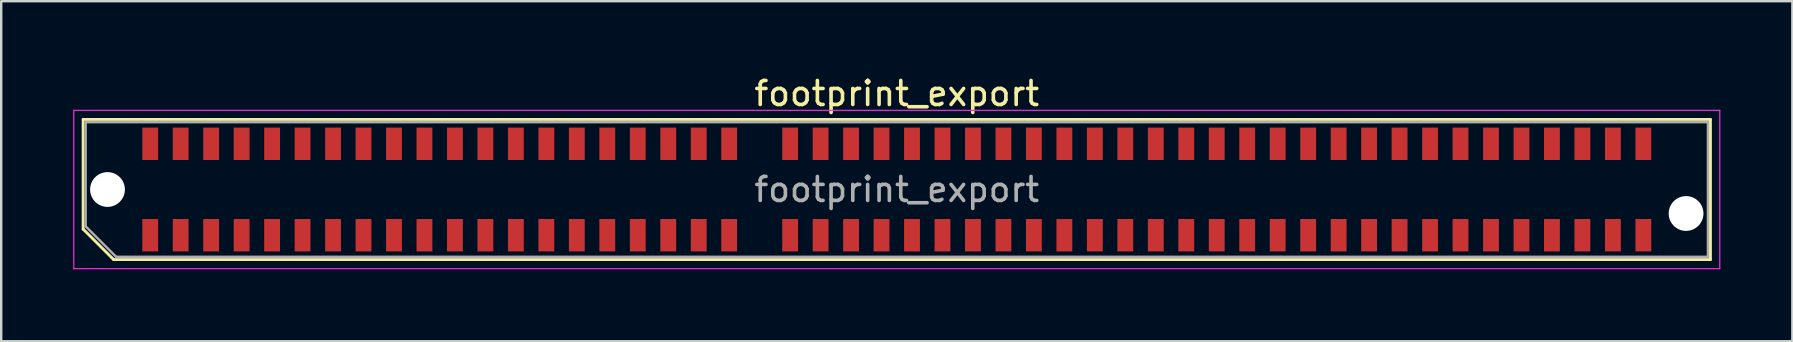
<source format=kicad_pcb>
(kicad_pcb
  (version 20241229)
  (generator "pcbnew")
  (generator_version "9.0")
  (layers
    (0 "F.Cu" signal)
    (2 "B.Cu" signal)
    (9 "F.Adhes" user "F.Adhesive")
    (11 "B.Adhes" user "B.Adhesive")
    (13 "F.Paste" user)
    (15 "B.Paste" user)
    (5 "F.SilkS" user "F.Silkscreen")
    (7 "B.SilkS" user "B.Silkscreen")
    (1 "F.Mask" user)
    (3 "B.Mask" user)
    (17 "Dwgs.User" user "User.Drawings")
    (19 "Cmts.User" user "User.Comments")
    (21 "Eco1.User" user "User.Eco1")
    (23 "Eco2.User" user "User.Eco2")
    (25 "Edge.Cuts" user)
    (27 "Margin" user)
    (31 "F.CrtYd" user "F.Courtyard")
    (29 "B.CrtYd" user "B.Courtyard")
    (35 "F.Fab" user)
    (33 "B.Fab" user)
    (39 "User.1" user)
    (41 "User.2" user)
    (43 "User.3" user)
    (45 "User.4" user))
  (footprint "footprint_export"
    (layer "F.Cu")
    (at 34.325 4.848)
    (property "Reference" "footprint_export" (at 0 -4 0) (layer "F.SilkS") (effects (font (size 1 1) (thickness 0.15))))
    (attr smd)
    (fp_line (start -33.91 -2.92) (end 33.91 -2.92) (stroke (width 0.12) (type solid)) (layer "F.SilkS"))
    (fp_line (start -33.91 1.65) (end -33.91 -2.92) (stroke (width 0.12) (type solid)) (layer "F.SilkS"))
    (fp_line (start -32.64 2.92) (end -33.91 1.65) (stroke (width 0.12) (type solid)) (layer "F.SilkS"))
    (fp_line (start -32.64 2.92) (end 33.91 2.92) (stroke (width 0.12) (type solid)) (layer "F.SilkS"))
    (fp_line (start 33.91 2.92) (end 33.91 -2.92) (stroke (width 0.12) (type solid)) (layer "F.SilkS"))
    (fp_line (start -34.3 -3.3) (end -34.3 3.3) (stroke (width 0.05) (type solid)) (layer "F.CrtYd"))
    (fp_line (start -34.3 3.3) (end 34.3 3.3) (stroke (width 0.05) (type solid)) (layer "F.CrtYd"))
    (fp_line (start 34.3 -3.3) (end -34.3 -3.3) (stroke (width 0.05) (type solid)) (layer "F.CrtYd"))
    (fp_line (start 34.3 3.3) (end 34.3 -3.3) (stroke (width 0.05) (type solid)) (layer "F.CrtYd"))
    (fp_line (start -33.805 -2.805) (end 33.805 -2.805) (stroke (width 0.1) (type solid)) (layer "F.Fab"))
    (fp_line (start -33.805 1.535) (end -33.805 -2.805) (stroke (width 0.1) (type solid)) (layer "F.Fab"))
    (fp_line (start -33.805 1.535) (end -32.535 2.805) (stroke (width 0.1) (type solid)) (layer "F.Fab"))
    (fp_line (start -32.535 2.805) (end 33.805 2.805) (stroke (width 0.1) (type solid)) (layer "F.Fab"))
    (fp_line (start 33.805 2.805) (end 33.805 -2.805) (stroke (width 0.1) (type solid)) (layer "F.Fab"))
    (fp_text user "${REFERENCE}" (at 0 0 0) (layer "F.Fab") (effects (font (size 1 1) (thickness 0.15))))
    (pad "" np_thru_hole circle (at -32.895 0) (size 1.45 1.45) (drill 1.45) (layers "*.Cu" "*.Mask"))
    (pad "" np_thru_hole circle (at 32.895 1) (size 1.45 1.45) (drill 1.45) (layers "*.Cu" "*.Mask"))
    (pad "1" smd rect (at -31.115 1.905) (size 0.66 1.35) (layers "F.Cu" "F.Mask" "F.Paste"))
    (pad "2" smd rect (at -31.115 -1.905) (size 0.66 1.35) (layers "F.Cu" "F.Mask" "F.Paste"))
    (pad "3" smd rect (at -29.845 1.905) (size 0.66 1.35) (layers "F.Cu" "F.Mask" "F.Paste"))
    (pad "4" smd rect (at -29.845 -1.905) (size 0.66 1.35) (layers "F.Cu" "F.Mask" "F.Paste"))
    (pad "5" smd rect (at -28.575 1.905) (size 0.66 1.35) (layers "F.Cu" "F.Mask" "F.Paste"))
    (pad "6" smd rect (at -28.575 -1.905) (size 0.66 1.35) (layers "F.Cu" "F.Mask" "F.Paste"))
    (pad "7" smd rect (at -27.305 1.905) (size 0.66 1.35) (layers "F.Cu" "F.Mask" "F.Paste"))
    (pad "8" smd rect (at -27.305 -1.905) (size 0.66 1.35) (layers "F.Cu" "F.Mask" "F.Paste"))
    (pad "9" smd rect (at -26.035 1.905) (size 0.66 1.35) (layers "F.Cu" "F.Mask" "F.Paste"))
    (pad "10" smd rect (at -26.035 -1.905) (size 0.66 1.35) (layers "F.Cu" "F.Mask" "F.Paste"))
    (pad "11" smd rect (at -24.765 1.905) (size 0.66 1.35) (layers "F.Cu" "F.Mask" "F.Paste"))
    (pad "12" smd rect (at -24.765 -1.905) (size 0.66 1.35) (layers "F.Cu" "F.Mask" "F.Paste"))
    (pad "13" smd rect (at -23.495 1.905) (size 0.66 1.35) (layers "F.Cu" "F.Mask" "F.Paste"))
    (pad "14" smd rect (at -23.495 -1.905) (size 0.66 1.35) (layers "F.Cu" "F.Mask" "F.Paste"))
    (pad "15" smd rect (at -22.225 1.905) (size 0.66 1.35) (layers "F.Cu" "F.Mask" "F.Paste"))
    (pad "16" smd rect (at -22.225 -1.905) (size 0.66 1.35) (layers "F.Cu" "F.Mask" "F.Paste"))
    (pad "17" smd rect (at -20.955 1.905) (size 0.66 1.35) (layers "F.Cu" "F.Mask" "F.Paste"))
    (pad "18" smd rect (at -20.955 -1.905) (size 0.66 1.35) (layers "F.Cu" "F.Mask" "F.Paste"))
    (pad "19" smd rect (at -19.685 1.905) (size 0.66 1.35) (layers "F.Cu" "F.Mask" "F.Paste"))
    (pad "20" smd rect (at -19.685 -1.905) (size 0.66 1.35) (layers "F.Cu" "F.Mask" "F.Paste"))
    (pad "21" smd rect (at -18.415 1.905) (size 0.66 1.35) (layers "F.Cu" "F.Mask" "F.Paste"))
    (pad "22" smd rect (at -18.415 -1.905) (size 0.66 1.35) (layers "F.Cu" "F.Mask" "F.Paste"))
    (pad "23" smd rect (at -17.145 1.905) (size 0.66 1.35) (layers "F.Cu" "F.Mask" "F.Paste"))
    (pad "24" smd rect (at -17.145 -1.905) (size 0.66 1.35) (layers "F.Cu" "F.Mask" "F.Paste"))
    (pad "25" smd rect (at -15.875 1.905) (size 0.66 1.35) (layers "F.Cu" "F.Mask" "F.Paste"))
    (pad "26" smd rect (at -15.875 -1.905) (size 0.66 1.35) (layers "F.Cu" "F.Mask" "F.Paste"))
    (pad "27" smd rect (at -14.605 1.905) (size 0.66 1.35) (layers "F.Cu" "F.Mask" "F.Paste"))
    (pad "28" smd rect (at -14.605 -1.905) (size 0.66 1.35) (layers "F.Cu" "F.Mask" "F.Paste"))
    (pad "29" smd rect (at -13.335 1.905) (size 0.66 1.35) (layers "F.Cu" "F.Mask" "F.Paste"))
    (pad "30" smd rect (at -13.335 -1.905) (size 0.66 1.35) (layers "F.Cu" "F.Mask" "F.Paste"))
    (pad "31" smd rect (at -12.065 1.905) (size 0.66 1.35) (layers "F.Cu" "F.Mask" "F.Paste"))
    (pad "32" smd rect (at -12.065 -1.905) (size 0.66 1.35) (layers "F.Cu" "F.Mask" "F.Paste"))
    (pad "33" smd rect (at -10.795 1.905) (size 0.66 1.35) (layers "F.Cu" "F.Mask" "F.Paste"))
    (pad "34" smd rect (at -10.795 -1.905) (size 0.66 1.35) (layers "F.Cu" "F.Mask" "F.Paste"))
    (pad "35" smd rect (at -9.525 1.905) (size 0.66 1.35) (layers "F.Cu" "F.Mask" "F.Paste"))
    (pad "36" smd rect (at -9.525 -1.905) (size 0.66 1.35) (layers "F.Cu" "F.Mask" "F.Paste"))
    (pad "37" smd rect (at -8.255 1.905) (size 0.66 1.35) (layers "F.Cu" "F.Mask" "F.Paste"))
    (pad "38" smd rect (at -8.255 -1.905) (size 0.66 1.35) (layers "F.Cu" "F.Mask" "F.Paste"))
    (pad "39" smd rect (at -6.985 1.905) (size 0.66 1.35) (layers "F.Cu" "F.Mask" "F.Paste"))
    (pad "40" smd rect (at -6.985 -1.905) (size 0.66 1.35) (layers "F.Cu" "F.Mask" "F.Paste"))
    (pad "43" smd rect (at -4.445 1.905) (size 0.66 1.35) (layers "F.Cu" "F.Mask" "F.Paste"))
    (pad "44" smd rect (at -4.445 -1.905) (size 0.66 1.35) (layers "F.Cu" "F.Mask" "F.Paste"))
    (pad "45" smd rect (at -3.175 1.905) (size 0.66 1.35) (layers "F.Cu" "F.Mask" "F.Paste"))
    (pad "46" smd rect (at -3.175 -1.905) (size 0.66 1.35) (layers "F.Cu" "F.Mask" "F.Paste"))
    (pad "47" smd rect (at -1.905 1.905) (size 0.66 1.35) (layers "F.Cu" "F.Mask" "F.Paste"))
    (pad "48" smd rect (at -1.905 -1.905) (size 0.66 1.35) (layers "F.Cu" "F.Mask" "F.Paste"))
    (pad "49" smd rect (at -0.635 1.905) (size 0.66 1.35) (layers "F.Cu" "F.Mask" "F.Paste"))
    (pad "50" smd rect (at -0.635 -1.905) (size 0.66 1.35) (layers "F.Cu" "F.Mask" "F.Paste"))
    (pad "51" smd rect (at 0.635 1.905) (size 0.66 1.35) (layers "F.Cu" "F.Mask" "F.Paste"))
    (pad "52" smd rect (at 0.635 -1.905) (size 0.66 1.35) (layers "F.Cu" "F.Mask" "F.Paste"))
    (pad "53" smd rect (at 1.905 1.905) (size 0.66 1.35) (layers "F.Cu" "F.Mask" "F.Paste"))
    (pad "54" smd rect (at 1.905 -1.905) (size 0.66 1.35) (layers "F.Cu" "F.Mask" "F.Paste"))
    (pad "55" smd rect (at 3.175 1.905) (size 0.66 1.35) (layers "F.Cu" "F.Mask" "F.Paste"))
    (pad "56" smd rect (at 3.175 -1.905) (size 0.66 1.35) (layers "F.Cu" "F.Mask" "F.Paste"))
    (pad "57" smd rect (at 4.445 1.905) (size 0.66 1.35) (layers "F.Cu" "F.Mask" "F.Paste"))
    (pad "58" smd rect (at 4.445 -1.905) (size 0.66 1.35) (layers "F.Cu" "F.Mask" "F.Paste"))
    (pad "59" smd rect (at 5.715 1.905) (size 0.66 1.35) (layers "F.Cu" "F.Mask" "F.Paste"))
    (pad "60" smd rect (at 5.715 -1.905) (size 0.66 1.35) (layers "F.Cu" "F.Mask" "F.Paste"))
    (pad "61" smd rect (at 6.985 1.905) (size 0.66 1.35) (layers "F.Cu" "F.Mask" "F.Paste"))
    (pad "62" smd rect (at 6.985 -1.905) (size 0.66 1.35) (layers "F.Cu" "F.Mask" "F.Paste"))
    (pad "63" smd rect (at 8.255 1.905) (size 0.66 1.35) (layers "F.Cu" "F.Mask" "F.Paste"))
    (pad "64" smd rect (at 8.255 -1.905) (size 0.66 1.35) (layers "F.Cu" "F.Mask" "F.Paste"))
    (pad "65" smd rect (at 9.525 1.905) (size 0.66 1.35) (layers "F.Cu" "F.Mask" "F.Paste"))
    (pad "66" smd rect (at 9.525 -1.905) (size 0.66 1.35) (layers "F.Cu" "F.Mask" "F.Paste"))
    (pad "67" smd rect (at 10.795 1.905) (size 0.66 1.35) (layers "F.Cu" "F.Mask" "F.Paste"))
    (pad "68" smd rect (at 10.795 -1.905) (size 0.66 1.35) (layers "F.Cu" "F.Mask" "F.Paste"))
    (pad "69" smd rect (at 12.065 1.905) (size 0.66 1.35) (layers "F.Cu" "F.Mask" "F.Paste"))
    (pad "70" smd rect (at 12.065 -1.905) (size 0.66 1.35) (layers "F.Cu" "F.Mask" "F.Paste"))
    (pad "71" smd rect (at 13.335 1.905) (size 0.66 1.35) (layers "F.Cu" "F.Mask" "F.Paste"))
    (pad "72" smd rect (at 13.335 -1.905) (size 0.66 1.35) (layers "F.Cu" "F.Mask" "F.Paste"))
    (pad "73" smd rect (at 14.605 1.905) (size 0.66 1.35) (layers "F.Cu" "F.Mask" "F.Paste"))
    (pad "74" smd rect (at 14.605 -1.905) (size 0.66 1.35) (layers "F.Cu" "F.Mask" "F.Paste"))
    (pad "75" smd rect (at 15.875 1.905) (size 0.66 1.35) (layers "F.Cu" "F.Mask" "F.Paste"))
    (pad "76" smd rect (at 15.875 -1.905) (size 0.66 1.35) (layers "F.Cu" "F.Mask" "F.Paste"))
    (pad "77" smd rect (at 17.145 1.905) (size 0.66 1.35) (layers "F.Cu" "F.Mask" "F.Paste"))
    (pad "78" smd rect (at 17.145 -1.905) (size 0.66 1.35) (layers "F.Cu" "F.Mask" "F.Paste"))
    (pad "79" smd rect (at 18.415 1.905) (size 0.66 1.35) (layers "F.Cu" "F.Mask" "F.Paste"))
    (pad "80" smd rect (at 18.415 -1.905) (size 0.66 1.35) (layers "F.Cu" "F.Mask" "F.Paste"))
    (pad "81" smd rect (at 19.685 1.905) (size 0.66 1.35) (layers "F.Cu" "F.Mask" "F.Paste"))
    (pad "82" smd rect (at 19.685 -1.905) (size 0.66 1.35) (layers "F.Cu" "F.Mask" "F.Paste"))
    (pad "83" smd rect (at 20.955 1.905) (size 0.66 1.35) (layers "F.Cu" "F.Mask" "F.Paste"))
    (pad "84" smd rect (at 20.955 -1.905) (size 0.66 1.35) (layers "F.Cu" "F.Mask" "F.Paste"))
    (pad "85" smd rect (at 22.225 1.905) (size 0.66 1.35) (layers "F.Cu" "F.Mask" "F.Paste"))
    (pad "86" smd rect (at 22.225 -1.905) (size 0.66 1.35) (layers "F.Cu" "F.Mask" "F.Paste"))
    (pad "87" smd rect (at 23.495 1.905) (size 0.66 1.35) (layers "F.Cu" "F.Mask" "F.Paste"))
    (pad "88" smd rect (at 23.495 -1.905) (size 0.66 1.35) (layers "F.Cu" "F.Mask" "F.Paste"))
    (pad "89" smd rect (at 24.765 1.905) (size 0.66 1.35) (layers "F.Cu" "F.Mask" "F.Paste"))
    (pad "90" smd rect (at 24.765 -1.905) (size 0.66 1.35) (layers "F.Cu" "F.Mask" "F.Paste"))
    (pad "91" smd rect (at 26.035 1.905) (size 0.66 1.35) (layers "F.Cu" "F.Mask" "F.Paste"))
    (pad "92" smd rect (at 26.035 -1.905) (size 0.66 1.35) (layers "F.Cu" "F.Mask" "F.Paste"))
    (pad "93" smd rect (at 27.305 1.905) (size 0.66 1.35) (layers "F.Cu" "F.Mask" "F.Paste"))
    (pad "94" smd rect (at 27.305 -1.905) (size 0.66 1.35) (layers "F.Cu" "F.Mask" "F.Paste"))
    (pad "95" smd rect (at 28.575 1.905) (size 0.66 1.35) (layers "F.Cu" "F.Mask" "F.Paste"))
    (pad "96" smd rect (at 28.575 -1.905) (size 0.66 1.35) (layers "F.Cu" "F.Mask" "F.Paste"))
    (pad "97" smd rect (at 29.845 1.905) (size 0.66 1.35) (layers "F.Cu" "F.Mask" "F.Paste"))
    (pad "98" smd rect (at 29.845 -1.905) (size 0.66 1.35) (layers "F.Cu" "F.Mask" "F.Paste"))
    (pad "99" smd rect (at 31.115 1.905) (size 0.66 1.35) (layers "F.Cu" "F.Mask" "F.Paste"))
    (pad "100" smd rect (at 31.115 -1.905) (size 0.66 1.35) (layers "F.Cu" "F.Mask" "F.Paste")))
  (gr_rect
    (start -3 -3)
    (end 71.65 11.173)
    (stroke (width 0.1) (type default))
    (fill no)
    (layer "Edge.Cuts")))
</source>
